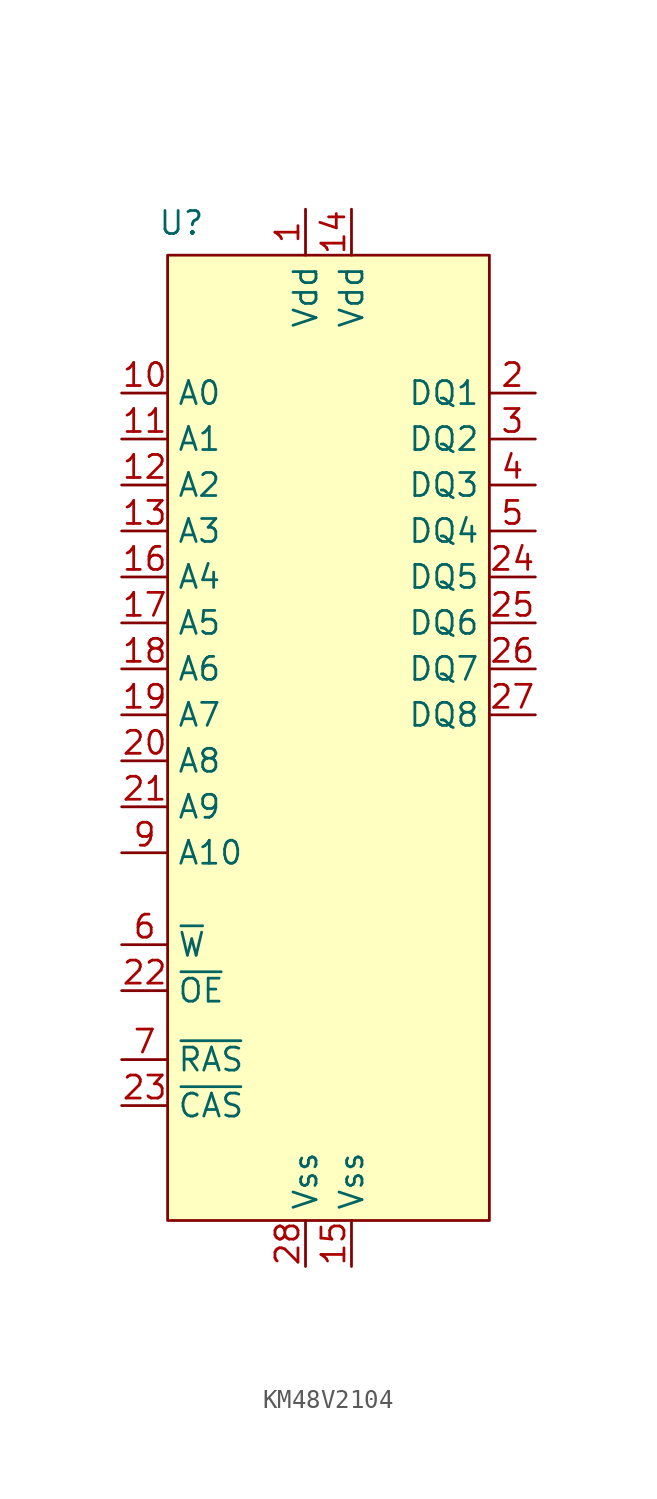
<source format=kicad_sym>
(kicad_symbol_lib
  (version 20231120)
  (generator "kicad_symbol_editor")
  (generator_version "8.0")
  (symbol "KM48V2104"
    (property "Reference" "U"
      (at -8.128 25.908 0)
      (effects (font (size 1.27 1.27))))
    (property "Value" ""
      (at 0 27.94 0)
      (effects (font (size 1.27 1.27))))
    (symbol "KM48V2104_1_1"
      (rectangle (start -8.89 24.13) (end 8.89 -29.21) (stroke (width 0) (type default)) (fill (type background)))
      (pin power_in line (at -1.27 26.67 270) (length 2.54) (name "Vdd" (effects (font (size 1.27 1.27)))) (number "1" (effects (font (size 1.27 1.27)))))
      (pin input line (at -11.43 16.51 0) (length 2.54) (name "A0" (effects (font (size 1.27 1.27)))) (number "10" (effects (font (size 1.27 1.27)))))
      (pin input line (at -11.43 13.97 0) (length 2.54) (name "A1" (effects (font (size 1.27 1.27)))) (number "11" (effects (font (size 1.27 1.27)))))
      (pin input line (at -11.43 11.43 0) (length 2.54) (name "A2" (effects (font (size 1.27 1.27)))) (number "12" (effects (font (size 1.27 1.27)))))
      (pin input line (at -11.43 8.89 0) (length 2.54) (name "A3" (effects (font (size 1.27 1.27)))) (number "13" (effects (font (size 1.27 1.27)))))
      (pin power_in line (at 1.27 26.67 270) (length 2.54) (name "Vdd" (effects (font (size 1.27 1.27)))) (number "14" (effects (font (size 1.27 1.27)))))
      (pin power_in line (at 1.27 -31.75 90) (length 2.54) (name "Vss" (effects (font (size 1.27 1.27)))) (number "15" (effects (font (size 1.27 1.27)))))
      (pin input line (at -11.43 6.35 0) (length 2.54) (name "A4" (effects (font (size 1.27 1.27)))) (number "16" (effects (font (size 1.27 1.27)))))
      (pin input line (at -11.43 3.81 0) (length 2.54) (name "A5" (effects (font (size 1.27 1.27)))) (number "17" (effects (font (size 1.27 1.27)))))
      (pin input line (at -11.43 1.27 0) (length 2.54) (name "A6" (effects (font (size 1.27 1.27)))) (number "18" (effects (font (size 1.27 1.27)))))
      (pin input line (at -11.43 -1.27 0) (length 2.54) (name "A7" (effects (font (size 1.27 1.27)))) (number "19" (effects (font (size 1.27 1.27)))))
      (pin bidirectional line (at 11.43 16.51 180) (length 2.54) (name "DQ1" (effects (font (size 1.27 1.27)))) (number "2" (effects (font (size 1.27 1.27)))))
      (pin input line (at -11.43 -3.81 0) (length 2.54) (name "A8" (effects (font (size 1.27 1.27)))) (number "20" (effects (font (size 1.27 1.27)))))
      (pin input line (at -11.43 -6.35 0) (length 2.54) (name "A9" (effects (font (size 1.27 1.27)))) (number "21" (effects (font (size 1.27 1.27)))))
      (pin input line (at -11.43 -16.51 0) (length 2.54) (name "~{OE}" (effects (font (size 1.27 1.27)))) (number "22" (effects (font (size 1.27 1.27)))))
      (pin input line (at -11.43 -22.86 0) (length 2.54) (name "~{CAS}" (effects (font (size 1.27 1.27)))) (number "23" (effects (font (size 1.27 1.27)))))
      (pin bidirectional line (at 11.43 6.35 180) (length 2.54) (name "DQ5" (effects (font (size 1.27 1.27)))) (number "24" (effects (font (size 1.27 1.27)))))
      (pin bidirectional line (at 11.43 3.81 180) (length 2.54) (name "DQ6" (effects (font (size 1.27 1.27)))) (number "25" (effects (font (size 1.27 1.27)))))
      (pin bidirectional line (at 11.43 1.27 180) (length 2.54) (name "DQ7" (effects (font (size 1.27 1.27)))) (number "26" (effects (font (size 1.27 1.27)))))
      (pin bidirectional line (at 11.43 -1.27 180) (length 2.54) (name "DQ8" (effects (font (size 1.27 1.27)))) (number "27" (effects (font (size 1.27 1.27)))))
      (pin power_in line (at -1.27 -31.75 90) (length 2.54) (name "Vss" (effects (font (size 1.27 1.27)))) (number "28" (effects (font (size 1.27 1.27)))))
      (pin bidirectional line (at 11.43 13.97 180) (length 2.54) (name "DQ2" (effects (font (size 1.27 1.27)))) (number "3" (effects (font (size 1.27 1.27)))))
      (pin bidirectional line (at 11.43 11.43 180) (length 2.54) (name "DQ3" (effects (font (size 1.27 1.27)))) (number "4" (effects (font (size 1.27 1.27)))))
      (pin bidirectional line (at 11.43 8.89 180) (length 2.54) (name "DQ4" (effects (font (size 1.27 1.27)))) (number "5" (effects (font (size 1.27 1.27)))))
      (pin input line (at -11.43 -13.97 0) (length 2.54) (name "~{W}" (effects (font (size 1.27 1.27)))) (number "6" (effects (font (size 1.27 1.27)))))
      (pin input line (at -11.43 -20.32 0) (length 2.54) (name "~{RAS}" (effects (font (size 1.27 1.27)))) (number "7" (effects (font (size 1.27 1.27)))))
      (pin input line (at -11.43 -8.89 0) (length 2.54) (name "A10" (effects (font (size 1.27 1.27)))) (number "9" (effects (font (size 1.27 1.27))))))))
</source>
